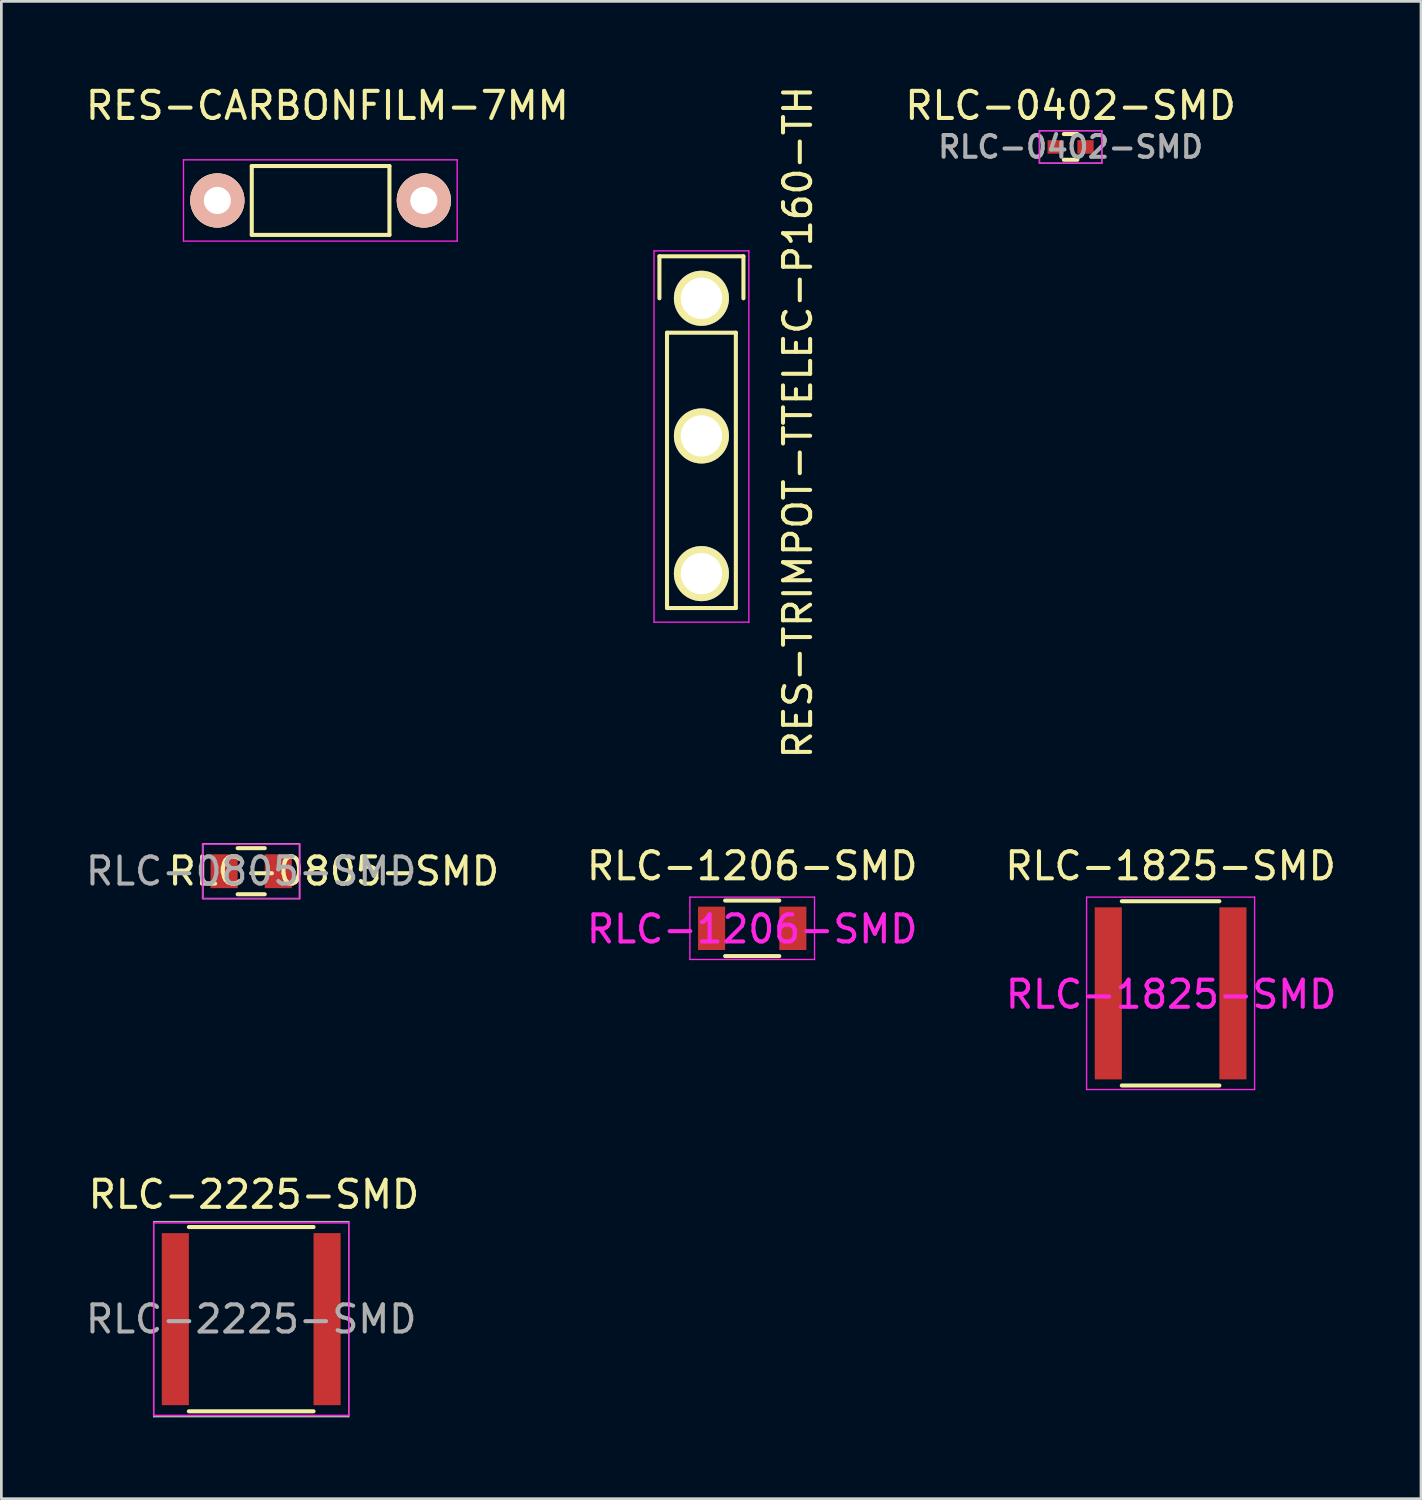
<source format=kicad_pcb>
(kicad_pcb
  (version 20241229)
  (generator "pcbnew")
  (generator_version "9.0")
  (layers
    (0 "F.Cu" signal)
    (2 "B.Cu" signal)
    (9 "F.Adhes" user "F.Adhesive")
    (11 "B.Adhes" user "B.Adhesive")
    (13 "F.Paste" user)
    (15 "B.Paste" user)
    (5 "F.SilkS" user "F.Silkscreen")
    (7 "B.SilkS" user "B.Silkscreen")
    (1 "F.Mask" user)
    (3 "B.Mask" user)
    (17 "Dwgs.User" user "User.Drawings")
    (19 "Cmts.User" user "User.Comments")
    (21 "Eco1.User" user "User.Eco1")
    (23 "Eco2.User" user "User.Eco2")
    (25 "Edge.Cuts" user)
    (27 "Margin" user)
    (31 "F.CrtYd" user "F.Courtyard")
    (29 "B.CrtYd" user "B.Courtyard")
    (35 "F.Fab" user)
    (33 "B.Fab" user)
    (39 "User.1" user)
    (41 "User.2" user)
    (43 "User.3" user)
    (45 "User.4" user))
  (footprint "RLC-0402-SMD"
    (layer "F.Cu")
    (at 36.459 2.372)
    (property "Reference" "RLC-0402-SMD" (at 0 0 0) (layer "F.Fab") (effects (font (size 0.8 0.8) (thickness 0.15))))
    (attr smd)
    (fp_line (start -0.25 0.475) (end 0.25 0.475) (stroke (width 0.15) (type solid)) (layer "F.SilkS"))
    (fp_line (start 0.25 -0.475) (end -0.25 -0.475) (stroke (width 0.15) (type solid)) (layer "F.SilkS"))
    (fp_line (start -1.15 -0.6) (end -1.15 0.6) (stroke (width 0.05) (type solid)) (layer "F.CrtYd"))
    (fp_line (start -1.15 -0.6) (end 1.15 -0.6) (stroke (width 0.05) (type solid)) (layer "F.CrtYd"))
    (fp_line (start -1.15 0.6) (end 1.15 0.6) (stroke (width 0.05) (type solid)) (layer "F.CrtYd"))
    (fp_line (start 1.15 -0.6) (end 1.15 0.6) (stroke (width 0.05) (type solid)) (layer "F.CrtYd"))
    (fp_line (start -1.15 -0.6) (end -1.15 0.6) (stroke (width 0.05) (type solid)) (layer "F.Fab"))
    (fp_line (start -1.15 -0.6) (end 1.15 -0.6) (stroke (width 0.05) (type solid)) (layer "F.Fab"))
    (fp_line (start -1.15 0.6) (end 1.15 0.6) (stroke (width 0.05) (type solid)) (layer "F.Fab"))
    (fp_line (start 1.15 -0.6) (end 1.15 0.6) (stroke (width 0.05) (type solid)) (layer "F.Fab"))
    (fp_text user "${REFERENCE}" (at 0 -1.524 0) (layer "F.SilkS") (effects (font (size 1 1) (thickness 0.15))))
    (pad "1" smd rect (at -0.55 0) (size 0.6 0.5) (layers "F.Cu" "F.Mask" "F.Paste"))
    (pad "2" smd rect (at 0.55 0) (size 0.6 0.5) (layers "F.Cu" "F.Mask" "F.Paste")))
  (footprint "RLC-1206-SMD"
    (layer "F.Cu")
    (at 24.709 31.208)
    (property "Reference" "RLC-1206-SMD" (at 0 -2.3 0) (layer "F.SilkS") (effects (font (size 1 1) (thickness 0.15))))
    (attr smd)
    (fp_line (start -1 1.025) (end 1 1.025) (stroke (width 0.15) (type solid)) (layer "F.SilkS"))
    (fp_line (start 1 -1.025) (end -1 -1.025) (stroke (width 0.15) (type solid)) (layer "F.SilkS"))
    (fp_line (start -2.3 -1.15) (end -2.3 1.15) (stroke (width 0.05) (type solid)) (layer "F.CrtYd"))
    (fp_line (start -2.3 -1.15) (end 2.3 -1.15) (stroke (width 0.05) (type solid)) (layer "F.CrtYd"))
    (fp_line (start -2.3 1.15) (end 2.3 1.15) (stroke (width 0.05) (type solid)) (layer "F.CrtYd"))
    (fp_line (start 2.3 -1.15) (end 2.3 1.15) (stroke (width 0.05) (type solid)) (layer "F.CrtYd"))
    (fp_text user "${REFERENCE}" (at 0 0.03 0) (layer "F.CrtYd") (effects (font (size 1 1) (thickness 0.15))))
    (pad "1" smd rect (at -1.5 0) (size 1 1.6) (layers "F.Cu" "F.Mask" "F.Paste"))
    (pad "2" smd rect (at 1.5 0) (size 1 1.6) (layers "F.Cu" "F.Mask" "F.Paste")))
  (footprint "RLC-2225-SMD"
    (layer "F.Cu")
    (at 6.22 45.631)
    (property "Reference" "RLC-2225-SMD" (at 0 0 0) (layer "F.Fab") (effects (font (size 1 1) (thickness 0.15))))
    (attr smd)
    (fp_line (start -2.3 3.4) (end 2.3 3.4) (stroke (width 0.15) (type solid)) (layer "F.SilkS"))
    (fp_line (start 2.3 -3.4) (end -2.3 -3.4) (stroke (width 0.15) (type solid)) (layer "F.SilkS"))
    (fp_line (start -3.6 -3.55) (end -3.6 3.55) (stroke (width 0.05) (type solid)) (layer "F.CrtYd"))
    (fp_line (start -3.6 -3.55) (end 3.6 -3.55) (stroke (width 0.05) (type solid)) (layer "F.CrtYd"))
    (fp_line (start -3.6 3.55) (end 3.6 3.55) (stroke (width 0.05) (type solid)) (layer "F.CrtYd"))
    (fp_line (start 3.6 -3.55) (end 3.6 3.55) (stroke (width 0.05) (type solid)) (layer "F.CrtYd"))
    (fp_line (start -3.6 -3.6) (end -3.6 3.6) (stroke (width 0.051) (type solid)) (layer "F.Fab"))
    (fp_line (start -3.6 3.6) (end 3.6 3.6) (stroke (width 0.051) (type solid)) (layer "F.Fab"))
    (fp_line (start 3.6 -3.6) (end -3.6 -3.6) (stroke (width 0.051) (type solid)) (layer "F.Fab"))
    (fp_line (start 3.6 3.6) (end 3.6 -3.6) (stroke (width 0.051) (type solid)) (layer "F.Fab"))
    (fp_text user "${REFERENCE}" (at 0.1 -4.6 0) (layer "F.SilkS") (effects (font (size 1 1) (thickness 0.15))))
    (pad "1" smd rect (at -2.8 0) (size 1 6.35) (layers "F.Cu" "F.Mask" "F.Paste"))
    (pad "2" smd rect (at 2.8 0) (size 1 6.35) (layers "F.Cu" "F.Mask" "F.Paste")))
  (footprint "RLC-1825-SMD"
    (layer "F.Cu")
    (at 40.149 33.608)
    (property "Reference" "RLC-1825-SMD" (at 0 -4.7 0) (layer "F.SilkS") (effects (font (size 1 1) (thickness 0.15))))
    (attr smd)
    (fp_line (start -1.8 3.4) (end 1.8 3.4) (stroke (width 0.15) (type solid)) (layer "F.SilkS"))
    (fp_line (start 1.8 -3.4) (end -1.8 -3.4) (stroke (width 0.15) (type solid)) (layer "F.SilkS"))
    (fp_line (start -3.1 -3.55) (end -3.1 3.55) (stroke (width 0.05) (type solid)) (layer "F.CrtYd"))
    (fp_line (start -3.1 -3.55) (end 3.1 -3.55) (stroke (width 0.05) (type solid)) (layer "F.CrtYd"))
    (fp_line (start -3.1 3.55) (end 3.1 3.55) (stroke (width 0.05) (type solid)) (layer "F.CrtYd"))
    (fp_line (start 3.1 -3.55) (end 3.1 3.55) (stroke (width 0.05) (type solid)) (layer "F.CrtYd"))
    (fp_text user "${REFERENCE}" (at 0.02 0.04 0) (layer "F.CrtYd") (effects (font (size 1 1) (thickness 0.15))))
    (pad "1" smd rect (at -2.3 0) (size 1 6.35) (layers "F.Cu" "F.Mask" "F.Paste"))
    (pad "2" smd rect (at 2.3 0) (size 1 6.35) (layers "F.Cu" "F.Mask" "F.Paste")))
  (footprint "RES-CARBONFILM-7MM"
    (layer "F.Cu")
    (at 4.971 4.348)
    (property "Reference" "RES-CARBONFILM-7MM" (at 4.059 -3.5 0) (layer "F.SilkS") (effects (font (size 1 1) (thickness 0.15))))
    (attr through_hole)
    (fp_line (start 1.27 -1.27) (end 6.35 -1.27) (stroke (width 0.15) (type solid)) (layer "F.SilkS"))
    (fp_line (start 1.27 1.27) (end 1.27 -1.27) (stroke (width 0.15) (type solid)) (layer "F.SilkS"))
    (fp_line (start 6.35 -1.27) (end 6.35 1.27) (stroke (width 0.15) (type solid)) (layer "F.SilkS"))
    (fp_line (start 6.35 1.27) (end 1.27 1.27) (stroke (width 0.15) (type solid)) (layer "F.SilkS"))
    (fp_line (start -1.25 -1.5) (end 8.85 -1.5) (stroke (width 0.05) (type solid)) (layer "F.CrtYd"))
    (fp_line (start -1.25 1.5) (end -1.25 -1.5) (stroke (width 0.05) (type solid)) (layer "F.CrtYd"))
    (fp_line (start -1.25 1.5) (end 8.85 1.5) (stroke (width 0.05) (type solid)) (layer "F.CrtYd"))
    (fp_line (start 8.85 -1.5) (end 8.85 1.5) (stroke (width 0.05) (type solid)) (layer "F.CrtYd"))
    (pad "1" thru_hole circle (at 0 0) (size 1.999 1.999) (drill 1.001) (layers "*.Cu" "*.SilkS" "*.Mask"))
    (pad "2" thru_hole circle (at 7.62 0) (size 1.999 1.999) (drill 1.001) (layers "*.Cu" "*.SilkS" "*.Mask")))
  (footprint "RES-TRIMPOT-TTELEC-P160-TH"
    (layer "F.Cu")
    (at 22.835 7.958)
    (property "Reference" "RES-TRIMPOT-TTELEC-P160-TH" (at 3.556 4.572 90) (layer "F.SilkS") (effects (font (size 1 1) (thickness 0.15))))
    (attr through_hole)
    (fp_line (start -1.55 -1.55) (end 1.55 -1.55) (stroke (width 0.15) (type solid)) (layer "F.SilkS"))
    (fp_line (start -1.55 0) (end -1.55 -1.55) (stroke (width 0.15) (type solid)) (layer "F.SilkS"))
    (fp_line (start -1.27 11.43) (end -1.27 1.27) (stroke (width 0.15) (type solid)) (layer "F.SilkS"))
    (fp_line (start 1.27 1.27) (end -1.27 1.27) (stroke (width 0.15) (type solid)) (layer "F.SilkS"))
    (fp_line (start 1.27 1.27) (end 1.27 11.43) (stroke (width 0.15) (type solid)) (layer "F.SilkS"))
    (fp_line (start 1.27 11.43) (end -1.27 11.43) (stroke (width 0.15) (type solid)) (layer "F.SilkS"))
    (fp_line (start 1.55 -1.55) (end 1.55 0) (stroke (width 0.15) (type solid)) (layer "F.SilkS"))
    (fp_line (start -1.75 -1.75) (end -1.75 11.95) (stroke (width 0.05) (type solid)) (layer "F.CrtYd"))
    (fp_line (start -1.75 -1.75) (end 1.75 -1.75) (stroke (width 0.05) (type solid)) (layer "F.CrtYd"))
    (fp_line (start -1.75 11.95) (end 1.75 11.95) (stroke (width 0.05) (type solid)) (layer "F.CrtYd"))
    (fp_line (start 1.75 -1.75) (end 1.75 11.95) (stroke (width 0.05) (type solid)) (layer "F.CrtYd"))
    (pad "1" thru_hole circle (at 0 0) (size 2.032 2.032) (drill 1.524) (layers "*.Cu" "*.Mask" "F.SilkS"))
    (pad "2" thru_hole circle (at 0 5.08) (size 2.032 2.032) (drill 1.524) (layers "*.Cu" "*.Mask" "F.SilkS"))
    (pad "3" thru_hole circle (at 0 10.16) (size 2.032 2.032) (drill 1.524) (layers "*.Cu" "*.Mask" "F.SilkS")))
  (footprint "RLC-0805-SMD"
    (layer "F.Cu")
    (at 6.22 29.101)
    (property "Reference" "RLC-0805-SMD" (at 0 0 180) (layer "F.Fab") (effects (font (size 1 1) (thickness 0.15))))
    (attr smd)
    (fp_line (start -0.5 0.85) (end 0.5 0.85) (stroke (width 0.15) (type solid)) (layer "F.SilkS"))
    (fp_line (start 0.5 -0.85) (end -0.5 -0.85) (stroke (width 0.15) (type solid)) (layer "F.SilkS"))
    (fp_line (start -1.8 -1) (end -1.8 1) (stroke (width 0.05) (type solid)) (layer "F.CrtYd"))
    (fp_line (start -1.8 -1) (end 1.8 -1) (stroke (width 0.05) (type solid)) (layer "F.CrtYd"))
    (fp_line (start -1.8 1) (end 1.8 1) (stroke (width 0.05) (type solid)) (layer "F.CrtYd"))
    (fp_line (start 1.8 -1) (end 1.8 1) (stroke (width 0.05) (type solid)) (layer "F.CrtYd"))
    (fp_line (start -1.778 -1.016) (end -1.778 1.016) (stroke (width 0.05) (type solid)) (layer "F.Fab"))
    (fp_line (start -1.778 1.016) (end 1.778 1.016) (stroke (width 0.05) (type solid)) (layer "F.Fab"))
    (fp_line (start 1.778 -1.016) (end -1.778 -1.016) (stroke (width 0.05) (type solid)) (layer "F.Fab"))
    (fp_line (start 1.778 1.016) (end 1.778 -1.016) (stroke (width 0.05) (type solid)) (layer "F.Fab"))
    (fp_text user "${REFERENCE}" (at 3.048 0 0) (layer "F.SilkS") (effects (font (size 1 1) (thickness 0.15))))
    (pad "1" smd rect (at -1 0) (size 1 1.25) (layers "F.Cu" "F.Mask" "F.Paste"))
    (pad "2" smd rect (at 1 0) (size 1 1.25) (layers "F.Cu" "F.Mask" "F.Paste")))
  (gr_rect
    (start -3 -3)
    (end 49.389 52.256)
    (stroke (width 0.1) (type default))
    (fill no)
    (layer "Edge.Cuts")))
</source>
